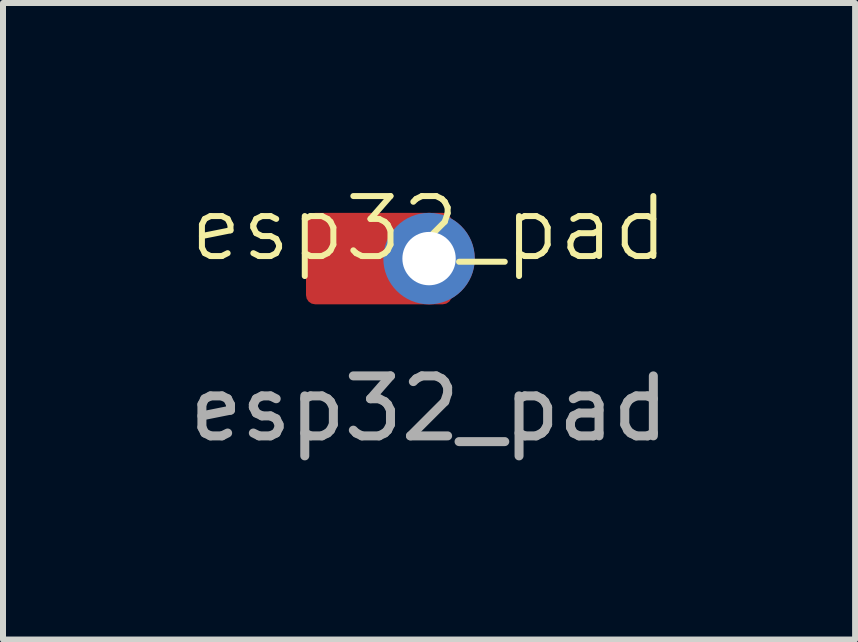
<source format=kicad_pcb>
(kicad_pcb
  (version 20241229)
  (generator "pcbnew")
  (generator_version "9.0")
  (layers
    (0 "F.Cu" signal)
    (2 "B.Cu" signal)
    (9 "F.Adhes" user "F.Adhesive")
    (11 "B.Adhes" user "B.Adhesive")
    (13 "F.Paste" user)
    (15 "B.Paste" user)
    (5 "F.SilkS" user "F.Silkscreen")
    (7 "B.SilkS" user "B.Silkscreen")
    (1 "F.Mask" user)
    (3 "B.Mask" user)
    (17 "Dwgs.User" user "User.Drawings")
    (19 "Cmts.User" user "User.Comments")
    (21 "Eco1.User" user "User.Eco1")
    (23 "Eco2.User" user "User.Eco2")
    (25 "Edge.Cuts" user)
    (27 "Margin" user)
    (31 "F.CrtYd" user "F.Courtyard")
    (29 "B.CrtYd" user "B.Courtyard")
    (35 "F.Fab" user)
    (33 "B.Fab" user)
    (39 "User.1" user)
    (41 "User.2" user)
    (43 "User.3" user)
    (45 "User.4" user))
  (footprint "esp32_pad"
    (layer "F.Cu")
    (at 4.101 1.26)
    (property "Reference" "esp32_pad" (at 0 -0.5 0) (unlocked yes) (layer "F.SilkS") (effects (font (size 1 1) (thickness 0.1))))
    (attr through_hole)
    (fp_text user "${REFERENCE}" (at 0 2.5 0) (unlocked yes) (layer "F.Fab") (effects (font (size 1 1) (thickness 0.15))))
    (pad "14" smd roundrect (at -0.835 0 180) (size 2.432 1.524) (layers "F.Cu" "F.Mask") (roundrect_rratio 0.1))
    (pad "14" thru_hole circle (at 0 0 180) (size 1.524 1.524) (drill 0.889) (layers "*.Cu" "*.Mask")))
  (gr_rect
    (start -3 -3)
    (end 11.202 7.609)
    (stroke (width 0.1) (type default))
    (fill no)
    (layer "Edge.Cuts")))
</source>
